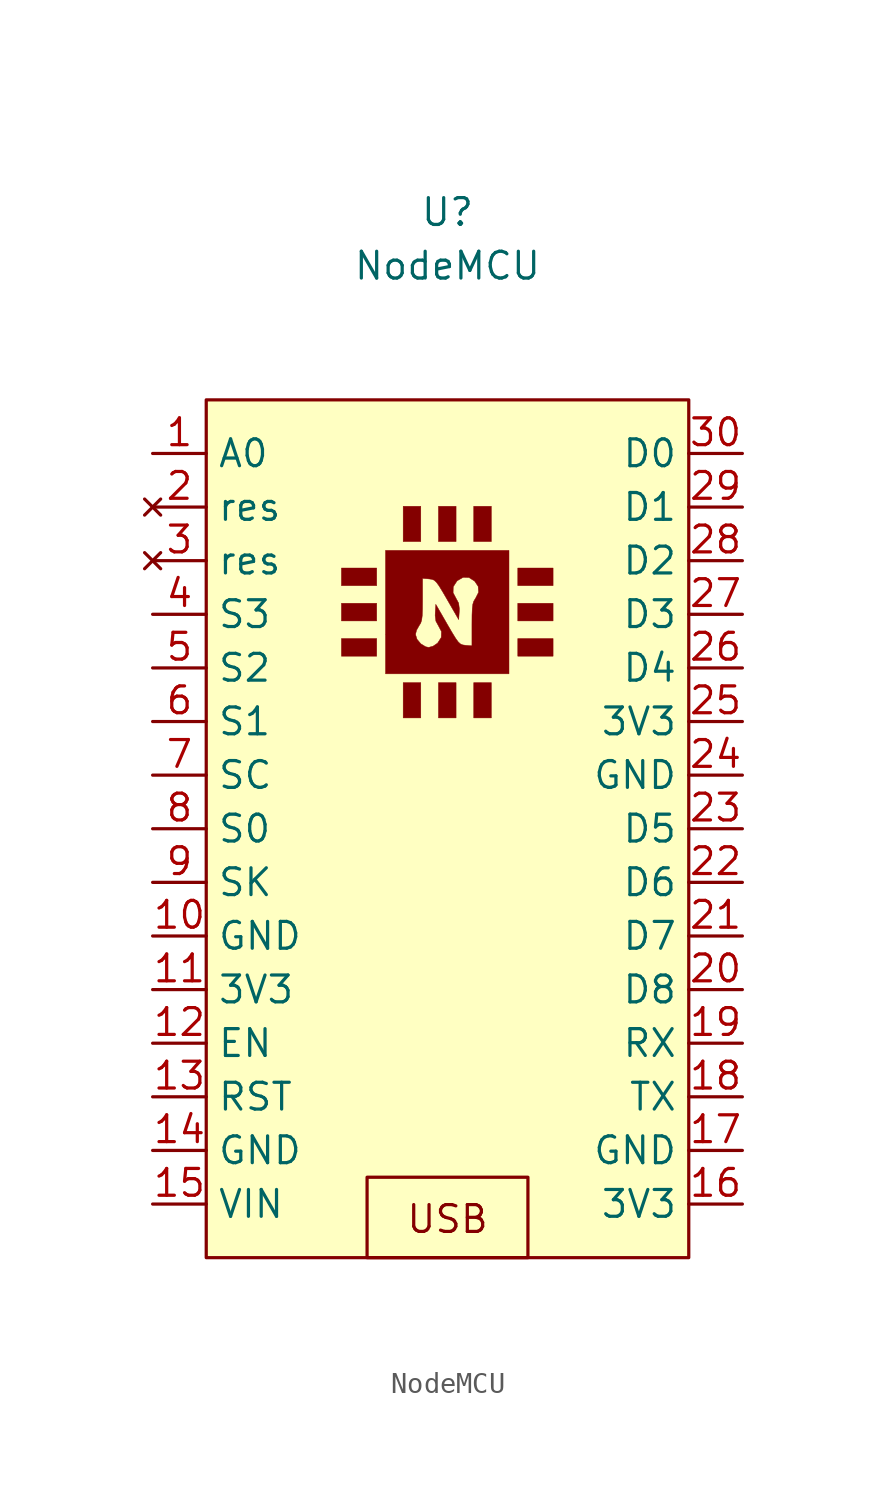
<source format=kicad_sym>
(kicad_symbol_lib
  (version 20220914)
  (generator kicad_symbol_editor)
  (symbol "NodeMCU"
    (property "Reference" "U"
      (at 0 29.21 0)
      (effects (font (size 1.27 1.27))))
    (property "Value" "NodeMCU"
      (at 0 26.67 0)
      (effects (font (size 1.27 1.27))))
    (symbol "NodeMCU_0_0"
      (polyline (pts (xy -3.354 8.593) (xy -3.354 9.011) (xy -4.189 9.011) (xy -5.025 9.011) (xy -5.025 8.593) (xy -5.025 8.175) (xy -4.189 8.175) (xy -3.354 8.175) (xy -3.354 8.593)) (stroke (width 0.01) (type default)) (fill (type outline)))
      (polyline (pts (xy -3.354 10.264) (xy -3.354 10.682) (xy -4.189 10.682) (xy -5.025 10.682) (xy -5.025 10.264) (xy -5.025 9.846) (xy -4.189 9.846) (xy -3.354 9.846) (xy -3.354 10.264)) (stroke (width 0.01) (type default)) (fill (type outline)))
      (polyline (pts (xy -3.354 11.935) (xy -3.354 12.353) (xy -4.189 12.353) (xy -5.025 12.353) (xy -5.025 11.935) (xy -5.025 11.517) (xy -4.189 11.517) (xy -3.354 11.517) (xy -3.354 11.935)) (stroke (width 0.01) (type default)) (fill (type outline)))
      (polyline (pts (xy -1.265 6.087) (xy -1.265 6.922) (xy -1.683 6.922) (xy -2.1 6.922) (xy -2.1 6.087) (xy -2.1 5.251) (xy -1.683 5.251) (xy -1.265 5.251) (xy -1.265 6.087)) (stroke (width 0.01) (type default)) (fill (type outline)))
      (polyline (pts (xy -1.265 14.442) (xy -1.265 15.277) (xy -1.683 15.277) (xy -2.1 15.277) (xy -2.1 14.442) (xy -2.1 13.606) (xy -1.683 13.606) (xy -1.265 13.606) (xy -1.265 14.442)) (stroke (width 0.01) (type default)) (fill (type outline)))
      (polyline (pts (xy 0.406 6.087) (xy 0.406 6.922) (xy -0.012 6.922) (xy -0.429 6.922) (xy -0.429 6.087) (xy -0.429 5.251) (xy -0.012 5.251) (xy 0.406 5.251) (xy 0.406 6.087)) (stroke (width 0.01) (type default)) (fill (type outline)))
      (polyline (pts (xy 0.406 14.442) (xy 0.406 15.277) (xy -0.012 15.277) (xy -0.429 15.277) (xy -0.429 14.442) (xy -0.429 13.606) (xy -0.012 13.606) (xy 0.406 13.606) (xy 0.406 14.442)) (stroke (width 0.01) (type default)) (fill (type outline)))
      (polyline (pts (xy 2.077 6.087) (xy 2.077 6.922) (xy 1.659 6.922) (xy 1.242 6.922) (xy 1.242 6.087) (xy 1.242 5.251) (xy 1.659 5.251) (xy 2.077 5.251) (xy 2.077 6.087)) (stroke (width 0.01) (type default)) (fill (type outline)))
      (polyline (pts (xy 2.077 14.442) (xy 2.077 15.277) (xy 1.659 15.277) (xy 1.242 15.277) (xy 1.242 14.442) (xy 1.242 13.606) (xy 1.659 13.606) (xy 2.077 13.606) (xy 2.077 14.442)) (stroke (width 0.01) (type default)) (fill (type outline)))
      (polyline (pts (xy 5.002 8.593) (xy 5.002 9.011) (xy 4.166 9.011) (xy 3.33 9.011) (xy 3.33 8.593) (xy 3.33 8.175) (xy 4.166 8.175) (xy 5.002 8.175) (xy 5.002 8.593)) (stroke (width 0.01) (type default)) (fill (type outline)))
      (polyline (pts (xy 5.002 10.264) (xy 5.002 10.682) (xy 4.166 10.682) (xy 3.33 10.682) (xy 3.33 10.264) (xy 3.33 9.846) (xy 4.166 9.846) (xy 5.002 9.846) (xy 5.002 10.264)) (stroke (width 0.01) (type default)) (fill (type outline)))
      (polyline (pts (xy 5.002 11.935) (xy 5.002 12.353) (xy 4.166 12.353) (xy 3.33 12.353) (xy 3.33 11.935) (xy 3.33 11.517) (xy 4.166 11.517) (xy 5.002 11.517) (xy 5.002 11.935)) (stroke (width 0.01) (type default)) (fill (type outline)))
      (polyline (pts (xy 2.913 10.264) (xy 2.913 13.188) (xy -0.012 13.188) (xy -2.936 13.188) (xy -2.936 10.264) (xy -2.936 9.205) (xy -1.516 9.205) (xy -1.468 9.404) (xy -1.348 9.618) (xy -1.337 9.634) (xy -1.268 9.746) (xy -1.223 9.889) (xy -1.197 10.098) (xy -1.185 10.405) (xy -1.181 10.846) (xy -1.181 11.862) (xy -0.872 11.836) (xy -0.864 11.835) (xy -0.737 11.817) (xy -0.631 11.774) (xy -0.528 11.68) (xy -0.404 11.512) (xy -0.241 11.247) (xy -0.016 10.86) (xy 0.531 9.909) (xy 0.557 10.297) (xy 0.562 10.417) (xy 0.528 10.689) (xy 0.411 10.904) (xy 0.265 11.181) (xy 0.272 11.464) (xy 0.444 11.73) (xy 0.47 11.755) (xy 0.74 11.91) (xy 1.02 11.901) (xy 1.287 11.73) (xy 1.452 11.484) (xy 1.472 11.201) (xy 1.325 10.91) (xy 1.313 10.894) (xy 1.245 10.782) (xy 1.2 10.639) (xy 1.174 10.43) (xy 1.161 10.123) (xy 1.158 9.682) (xy 1.158 8.666) (xy 0.853 8.692) (xy 0.845 8.693) (xy 0.718 8.711) (xy 0.614 8.755) (xy 0.51 8.85) (xy 0.386 9.02) (xy 0.222 9.287) (xy -0.004 9.675) (xy -0.555 10.633) (xy -0.58 10.238) (xy -0.585 10.101) (xy -0.55 9.835) (xy -0.434 9.624) (xy -0.288 9.348) (xy -0.295 9.064) (xy -0.467 8.798) (xy -0.474 8.791) (xy -0.681 8.651) (xy -0.889 8.593) (xy -1.032 8.621) (xy -1.264 8.762) (xy -1.443 8.975) (xy -1.516 9.205) (xy -2.936 9.205) (xy -2.936 7.34) (xy -0.012 7.34) (xy 2.913 7.34) (xy 2.913 10.264)) (stroke (width 0.01) (type default)) (fill (type outline))))
    (symbol "NodeMCU_1_1"
      (rectangle (start -11.43 20.32) (end 11.43 -20.32) (stroke (width 0) (type default)) (fill (type background)))
      (rectangle (start -3.81 -16.51) (end 3.81 -20.32) (stroke (width 0) (type default)) (fill (type none)))
      (text "USB" (at 0.002 -18.496 0) (effects (font (size 1.27 1.27))))
      (pin bidirectional line (at -13.97 17.78 0) (length 2.54) (name "A0" (effects (font (size 1.27 1.27)))) (number "1" (effects (font (size 1.27 1.27)))))
      (pin power_out line (at -13.97 -5.08 0) (length 2.54) (name "GND" (effects (font (size 1.27 1.27)))) (number "10" (effects (font (size 1.27 1.27)))))
      (pin power_out line (at -13.97 -7.62 0) (length 2.54) (name "3V3" (effects (font (size 1.27 1.27)))) (number "11" (effects (font (size 1.27 1.27)))))
      (pin bidirectional line (at -13.97 -10.16 0) (length 2.54) (name "EN" (effects (font (size 1.27 1.27)))) (number "12" (effects (font (size 1.27 1.27)))))
      (pin bidirectional line (at -13.97 -12.7 0) (length 2.54) (name "RST" (effects (font (size 1.27 1.27)))) (number "13" (effects (font (size 1.27 1.27)))))
      (pin power_out line (at -13.97 -15.24 0) (length 2.54) (name "GND" (effects (font (size 1.27 1.27)))) (number "14" (effects (font (size 1.27 1.27)))))
      (pin power_in line (at -13.97 -17.78 0) (length 2.54) (name "VIN" (effects (font (size 1.27 1.27)))) (number "15" (effects (font (size 1.27 1.27)))))
      (pin power_out line (at 13.97 -17.78 180) (length 2.54) (name "3V3" (effects (font (size 1.27 1.27)))) (number "16" (effects (font (size 1.27 1.27)))))
      (pin power_out line (at 13.97 -15.24 180) (length 2.54) (name "GND" (effects (font (size 1.27 1.27)))) (number "17" (effects (font (size 1.27 1.27)))))
      (pin bidirectional line (at 13.97 -12.7 180) (length 2.54) (name "TX" (effects (font (size 1.27 1.27)))) (number "18" (effects (font (size 1.27 1.27)))))
      (pin bidirectional line (at 13.97 -10.16 180) (length 2.54) (name "RX" (effects (font (size 1.27 1.27)))) (number "19" (effects (font (size 1.27 1.27)))))
      (pin no_connect line (at -13.97 15.24 0) (length 2.54) (name "res" (effects (font (size 1.27 1.27)))) (number "2" (effects (font (size 1.27 1.27)))))
      (pin bidirectional line (at 13.97 -7.62 180) (length 2.54) (name "D8" (effects (font (size 1.27 1.27)))) (number "20" (effects (font (size 1.27 1.27)))))
      (pin bidirectional line (at 13.97 -5.08 180) (length 2.54) (name "D7" (effects (font (size 1.27 1.27)))) (number "21" (effects (font (size 1.27 1.27)))))
      (pin bidirectional line (at 13.97 -2.54 180) (length 2.54) (name "D6" (effects (font (size 1.27 1.27)))) (number "22" (effects (font (size 1.27 1.27)))))
      (pin bidirectional line (at 13.97 0 180) (length 2.54) (name "D5" (effects (font (size 1.27 1.27)))) (number "23" (effects (font (size 1.27 1.27)))))
      (pin power_out line (at 13.97 2.54 180) (length 2.54) (name "GND" (effects (font (size 1.27 1.27)))) (number "24" (effects (font (size 1.27 1.27)))))
      (pin power_out line (at 13.97 5.08 180) (length 2.54) (name "3V3" (effects (font (size 1.27 1.27)))) (number "25" (effects (font (size 1.27 1.27)))))
      (pin bidirectional line (at 13.97 7.62 180) (length 2.54) (name "D4" (effects (font (size 1.27 1.27)))) (number "26" (effects (font (size 1.27 1.27)))))
      (pin bidirectional line (at 13.97 10.16 180) (length 2.54) (name "D3" (effects (font (size 1.27 1.27)))) (number "27" (effects (font (size 1.27 1.27)))))
      (pin bidirectional line (at 13.97 12.7 180) (length 2.54) (name "D2" (effects (font (size 1.27 1.27)))) (number "28" (effects (font (size 1.27 1.27)))))
      (pin bidirectional line (at 13.97 15.24 180) (length 2.54) (name "D1" (effects (font (size 1.27 1.27)))) (number "29" (effects (font (size 1.27 1.27)))))
      (pin no_connect line (at -13.97 12.7 0) (length 2.54) (name "res" (effects (font (size 1.27 1.27)))) (number "3" (effects (font (size 1.27 1.27)))))
      (pin bidirectional line (at 13.97 17.78 180) (length 2.54) (name "D0" (effects (font (size 1.27 1.27)))) (number "30" (effects (font (size 1.27 1.27)))))
      (pin bidirectional line (at -13.97 10.16 0) (length 2.54) (name "S3" (effects (font (size 1.27 1.27)))) (number "4" (effects (font (size 1.27 1.27)))))
      (pin bidirectional line (at -13.97 7.62 0) (length 2.54) (name "S2" (effects (font (size 1.27 1.27)))) (number "5" (effects (font (size 1.27 1.27)))))
      (pin bidirectional line (at -13.97 5.08 0) (length 2.54) (name "S1" (effects (font (size 1.27 1.27)))) (number "6" (effects (font (size 1.27 1.27)))))
      (pin bidirectional line (at -13.97 2.54 0) (length 2.54) (name "SC" (effects (font (size 1.27 1.27)))) (number "7" (effects (font (size 1.27 1.27)))))
      (pin bidirectional line (at -13.97 0 0) (length 2.54) (name "S0" (effects (font (size 1.27 1.27)))) (number "8" (effects (font (size 1.27 1.27)))))
      (pin bidirectional line (at -13.97 -2.54 0) (length 2.54) (name "SK" (effects (font (size 1.27 1.27)))) (number "9" (effects (font (size 1.27 1.27))))))))
</source>
